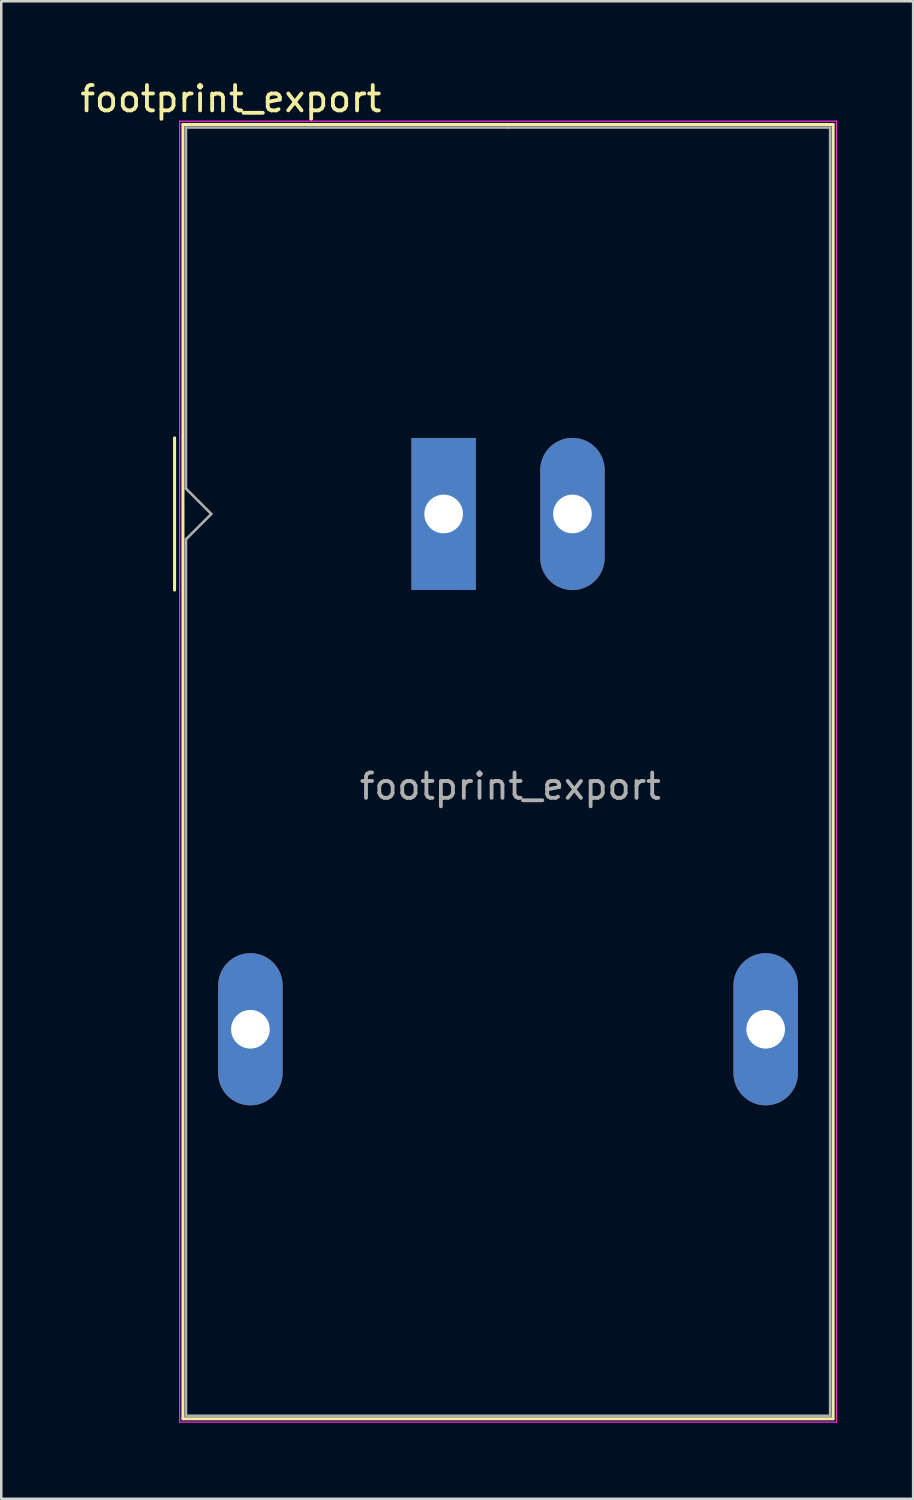
<source format=kicad_pcb>
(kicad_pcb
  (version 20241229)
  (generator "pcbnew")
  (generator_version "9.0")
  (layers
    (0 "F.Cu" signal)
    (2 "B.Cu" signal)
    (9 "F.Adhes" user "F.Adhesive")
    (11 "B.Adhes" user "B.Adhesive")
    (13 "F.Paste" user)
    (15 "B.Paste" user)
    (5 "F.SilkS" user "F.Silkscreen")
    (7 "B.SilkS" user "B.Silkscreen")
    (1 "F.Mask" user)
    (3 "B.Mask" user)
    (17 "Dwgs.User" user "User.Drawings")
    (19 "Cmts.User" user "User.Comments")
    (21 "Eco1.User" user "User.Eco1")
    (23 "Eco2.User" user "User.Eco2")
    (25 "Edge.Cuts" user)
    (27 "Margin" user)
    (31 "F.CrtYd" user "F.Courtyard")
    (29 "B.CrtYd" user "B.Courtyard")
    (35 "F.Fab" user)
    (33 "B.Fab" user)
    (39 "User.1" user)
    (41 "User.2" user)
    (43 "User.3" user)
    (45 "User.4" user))
  (footprint "footprint_export"
    (layer "F.Cu")
    (at 14.444 17.218)
    (property "Reference" "footprint_export" (at -8.39 -16.37 180) (layer "F.SilkS") (effects (font (size 1 1) (thickness 0.15))))
    (attr through_hole)
    (fp_line (start -10.61 -3) (end -10.61 3) (stroke (width 0.12) (type solid)) (layer "F.SilkS"))
    (fp_line (start -10.28 -15.36) (end 15.36 -15.36) (stroke (width 0.12) (type solid)) (layer "F.SilkS"))
    (fp_line (start -10.28 35.68) (end -10.28 -15.36) (stroke (width 0.12) (type solid)) (layer "F.SilkS"))
    (fp_line (start 15.36 -15.36) (end 15.36 35.68) (stroke (width 0.12) (type solid)) (layer "F.SilkS"))
    (fp_line (start 15.36 35.68) (end -10.28 35.68) (stroke (width 0.12) (type solid)) (layer "F.SilkS"))
    (fp_line (start -10.41 -15.49) (end 15.49 -15.49) (stroke (width 0.05) (type solid)) (layer "F.CrtYd"))
    (fp_line (start -10.41 35.8) (end -10.41 -15.49) (stroke (width 0.05) (type solid)) (layer "F.CrtYd"))
    (fp_line (start -10.41 35.81) (end 15.49 35.81) (stroke (width 0.05) (type solid)) (layer "F.CrtYd"))
    (fp_line (start 15.49 35.81) (end 15.49 -15.49) (stroke (width 0.05) (type solid)) (layer "F.CrtYd"))
    (fp_line (start -10.16 -1) (end -10.16 -15.24) (stroke (width 0.1) (type solid)) (layer "F.Fab"))
    (fp_line (start -10.16 1) (end -10.16 35.56) (stroke (width 0.1) (type solid)) (layer "F.Fab"))
    (fp_line (start -10.16 1) (end -9.16 0) (stroke (width 0.1) (type solid)) (layer "F.Fab"))
    (fp_line (start -10.16 35.56) (end 15.24 35.56) (stroke (width 0.1) (type solid)) (layer "F.Fab"))
    (fp_line (start -9.16 0) (end -10.16 -1) (stroke (width 0.1) (type solid)) (layer "F.Fab"))
    (fp_line (start 2.54 -15.24) (end -10.16 -15.24) (stroke (width 0.1) (type solid)) (layer "F.Fab"))
    (fp_line (start 15.24 -15.24) (end 2.54 -15.24) (stroke (width 0.1) (type solid)) (layer "F.Fab"))
    (fp_line (start 15.24 35.56) (end 15.24 -15.24) (stroke (width 0.1) (type solid)) (layer "F.Fab"))
    (fp_text user "${REFERENCE}" (at 2.63 10.74 0) (layer "F.Fab") (effects (font (size 1 1) (thickness 0.15))))
    (pad "1" thru_hole rect (at 0 0 90) (size 5.994 2.54) (drill 1.524) (layers "*.Cu" "*.Mask"))
    (pad "2" thru_hole oval (at 5.08 0 90) (size 6 2.54) (drill 1.524) (layers "*.Cu" "*.Mask"))
    (pad "3" thru_hole oval (at -7.62 20.32 90) (size 6 2.54) (drill 1.524) (layers "*.Cu" "*.Mask"))
    (pad "5" thru_hole oval (at 12.7 20.32 90) (size 6 2.54) (drill 1.524) (layers "*.Cu" "*.Mask")))
  (gr_rect
    (start -3 -3)
    (end 32.959 56.053)
    (stroke (width 0.1) (type default))
    (fill no)
    (layer "Edge.Cuts")))
</source>
